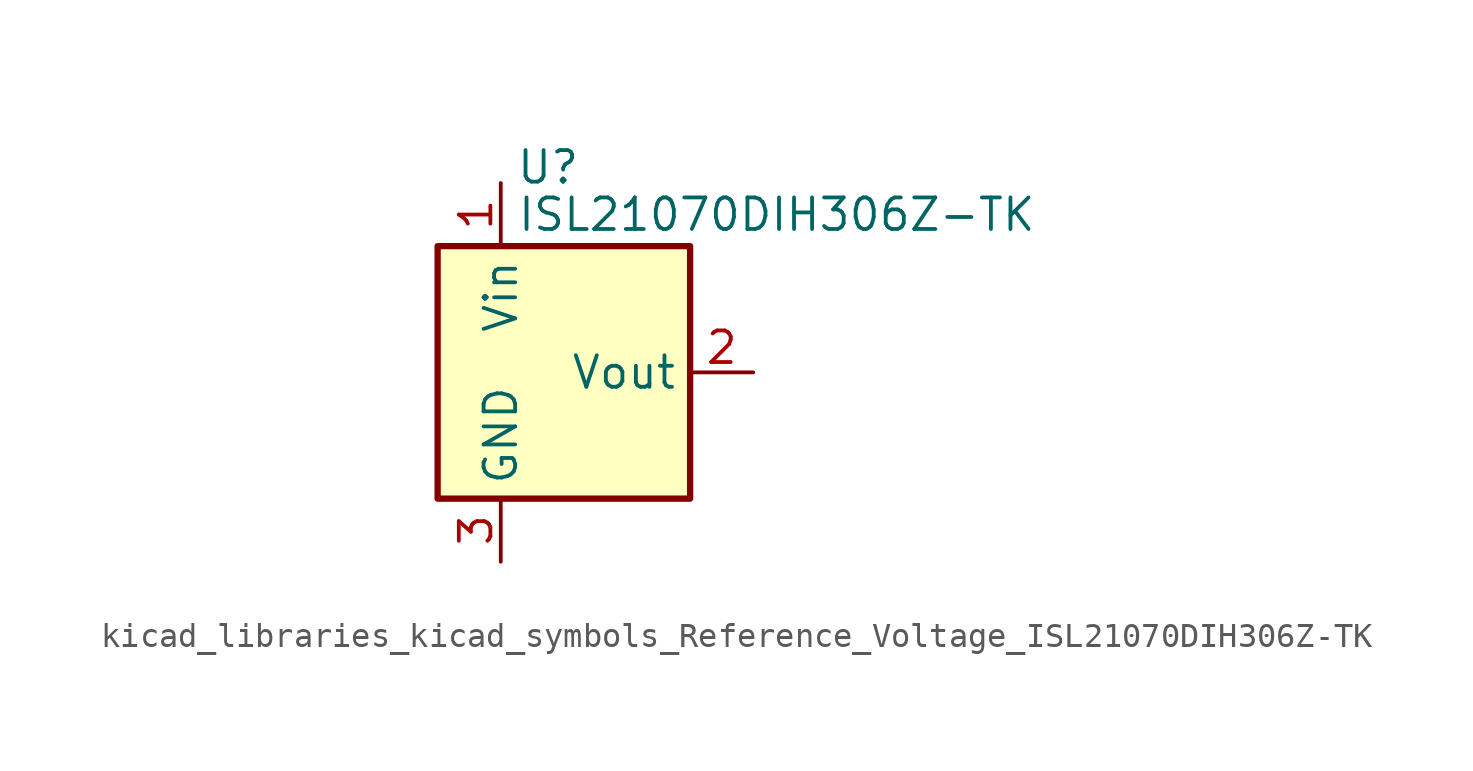
<source format=kicad_sym>
(kicad_symbol_lib
  (version 20220914)
  (generator kicad_symbol_editor)
  (symbol "kicad_libraries_kicad_symbols_Reference_Voltage_ISL21070DIH306Z-TK"
    (property "Reference" "U"
      (at -0.635 8.255 0)
      (effects (font (size 1.27 1.27))))
    (property "Value" "ISL21070DIH306Z-TK"
      (at -1.905 6.35 0)
      (effects (font (size 1.27 1.27)) (justify left)))
    (symbol "kicad_libraries_kicad_symbols_Reference_Voltage_ISL21070DIH306Z-TK_0_1"
      (rectangle (start -5.08 5.08) (end 5.08 -5.08) (stroke (width 0.254) (type default)) (fill (type background))))
    (symbol "kicad_libraries_kicad_symbols_Reference_Voltage_ISL21070DIH306Z-TK_1_1"
      (pin power_in line (at -2.54 7.62 270) (length 2.54) (name "Vin" (effects (font (size 1.27 1.27)))) (number "1" (effects (font (size 1.27 1.27)))))
      (pin power_out line (at 7.62 0 180) (length 2.54) (name "Vout" (effects (font (size 1.27 1.27)))) (number "2" (effects (font (size 1.27 1.27)))))
      (pin power_in line (at -2.54 -7.62 90) (length 2.54) (name "GND" (effects (font (size 1.27 1.27)))) (number "3" (effects (font (size 1.27 1.27))))))))
</source>
